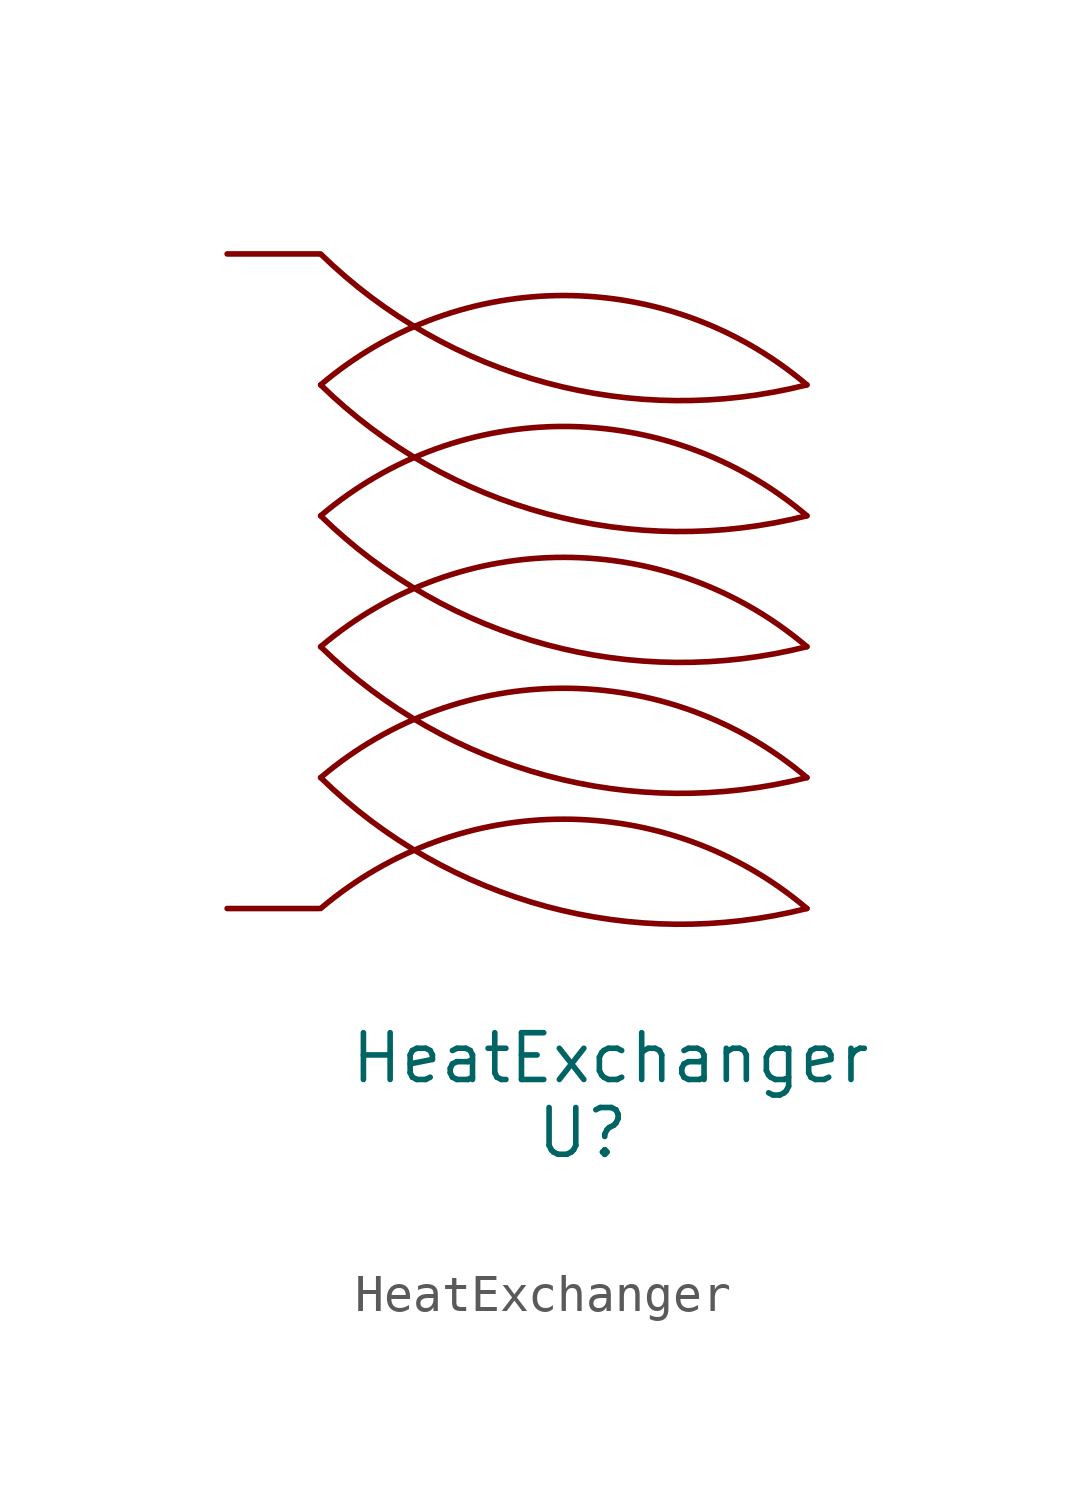
<source format=kicad_sym>
(kicad_symbol_lib
  (version 20211014)
  (generator kicad_symbol_editor)
  (symbol "HeatExchanger"
    (pin_names
      (offset 1.016))
    (property "Reference" "U"
      (at 0.254 -14.224 0)
      (effects (font (size 1.27 1.27))))
    (property "Value" "HeatExchanger"
      (at 1.016 -12.192 0)
      (effects (font (size 1.27 1.27))))
    (symbol "HeatExchanger_1_1"
      (arc (start -6.858 -4.572) (mid -0.7182 -8.075) (end 6.35 -8.128) (stroke (width 0) (type default) (color 0 0 0 0)) (fill (type none)))
      (arc (start -6.858 -1.016) (mid -0.7182 -4.519) (end 6.35 -4.572) (stroke (width 0) (type default) (color 0 0 0 0)) (fill (type none)))
      (arc (start -6.858 2.54) (mid -0.7182 -0.963) (end 6.35 -1.016) (stroke (width 0) (type default) (color 0 0 0 0)) (fill (type none)))
      (arc (start -6.858 6.096) (mid -0.7182 2.593) (end 6.35 2.54) (stroke (width 0) (type default) (color 0 0 0 0)) (fill (type none)))
      (arc (start -6.858 9.652) (mid -0.7182 6.149) (end 6.35 6.096) (stroke (width 0) (type default) (color 0 0 0 0)) (fill (type none)))
      (arc (start 6.35 -8.128) (mid -0.254 -5.7012) (end -6.858 -8.128) (stroke (width 0) (type default) (color 0 0 0 0)) (fill (type none)))
      (arc (start 6.35 -4.572) (mid -0.254 -2.1452) (end -6.858 -4.572) (stroke (width 0) (type default) (color 0 0 0 0)) (fill (type none)))
      (arc (start 6.35 -1.016) (mid -0.254 1.4108) (end -6.858 -1.016) (stroke (width 0) (type default) (color 0 0 0 0)) (fill (type none)))
      (arc (start 6.35 2.54) (mid -0.254 4.9668) (end -6.858 2.54) (stroke (width 0) (type default) (color 0 0 0 0)) (fill (type none)))
      (arc (start 6.35 6.096) (mid -0.254 8.5228) (end -6.858 6.096) (stroke (width 0) (type default) (color 0 0 0 0)) (fill (type none)))
      (pin bidirectional line (at -9.398 -8.128 0) (length 2.489) (name "~" (effects (font (size 1.27 1.27)))) (number "~" (effects (font (size 1.27 1.27)))))
      (pin bidirectional line (at -9.398 9.652 0) (length 2.489) (name "~" (effects (font (size 1.27 1.27)))) (number "~" (effects (font (size 1.27 1.27))))))))
</source>
